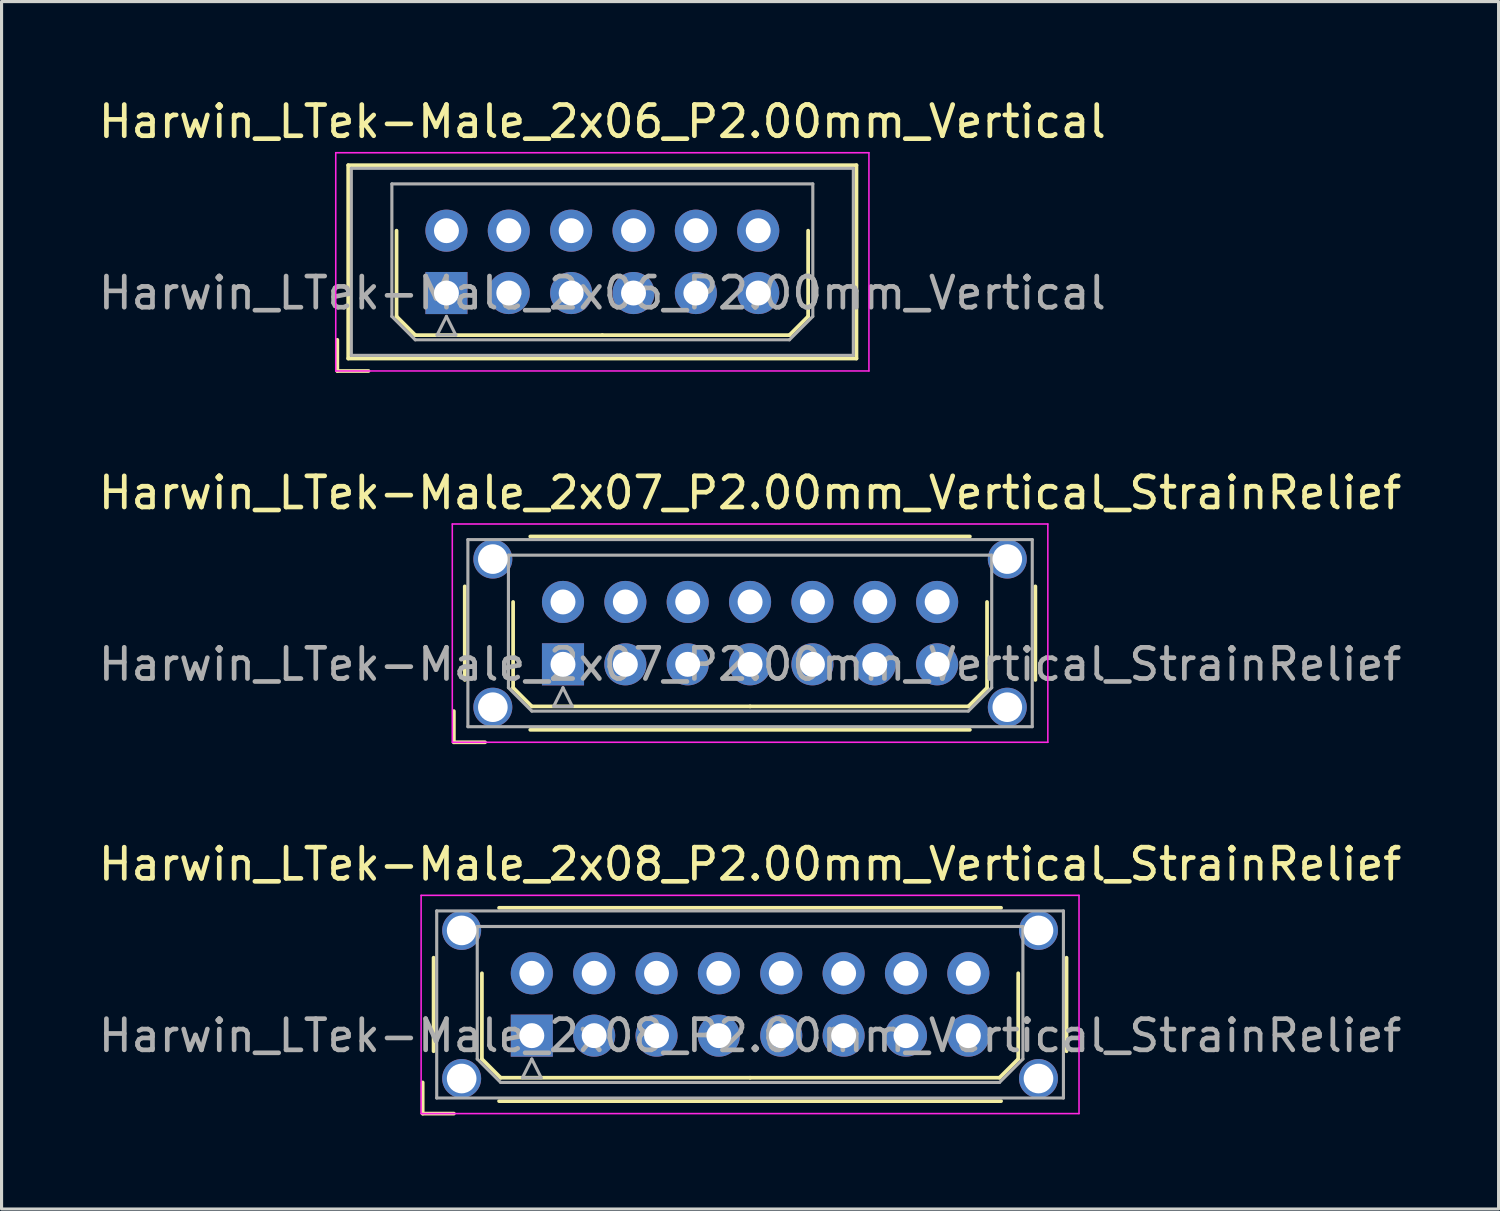
<source format=kicad_pcb>
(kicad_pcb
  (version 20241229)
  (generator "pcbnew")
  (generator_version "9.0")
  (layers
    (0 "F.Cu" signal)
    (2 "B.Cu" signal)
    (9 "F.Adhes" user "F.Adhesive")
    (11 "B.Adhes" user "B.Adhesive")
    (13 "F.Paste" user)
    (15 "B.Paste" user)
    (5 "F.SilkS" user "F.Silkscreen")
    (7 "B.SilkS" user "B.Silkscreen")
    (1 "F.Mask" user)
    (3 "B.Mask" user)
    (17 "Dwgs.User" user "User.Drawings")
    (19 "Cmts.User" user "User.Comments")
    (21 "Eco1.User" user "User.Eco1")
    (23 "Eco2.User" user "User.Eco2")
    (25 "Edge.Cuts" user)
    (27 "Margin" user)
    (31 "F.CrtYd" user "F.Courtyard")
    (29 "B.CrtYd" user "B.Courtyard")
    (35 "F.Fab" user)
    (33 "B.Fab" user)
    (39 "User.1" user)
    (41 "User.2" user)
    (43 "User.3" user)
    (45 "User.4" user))
  (footprint "Harwin_LTek-Male_2x06_P2.00mm_Vertical"
    (layer "F.Cu")
    (at 11.268 6.348)
    (property "Reference" "Harwin_LTek-Male_2x06_P2.00mm_Vertical" (at 5 -5.5 0) (layer "F.SilkS") (effects (font (size 1 1) (thickness 0.15))))
    (attr through_hole)
    (fp_line (start -3.5 1.5) (end -3.5 2.5) (stroke (width 0.12) (type solid)) (layer "F.SilkS"))
    (fp_line (start -3.5 2.5) (end -2.5 2.5) (stroke (width 0.12) (type solid)) (layer "F.SilkS"))
    (fp_line (start -3.15 -4.1) (end -3.15 2.1) (stroke (width 0.12) (type solid)) (layer "F.SilkS"))
    (fp_line (start -3.15 2.1) (end 13.15 2.1) (stroke (width 0.12) (type solid)) (layer "F.SilkS"))
    (fp_line (start -1.6 -2) (end -1.6 0.75) (stroke (width 0.12) (type solid)) (layer "F.SilkS"))
    (fp_line (start -1.6 0.75) (end -1 1.35) (stroke (width 0.12) (type solid)) (layer "F.SilkS"))
    (fp_line (start -1 1.35) (end 5 1.35) (stroke (width 0.12) (type solid)) (layer "F.SilkS"))
    (fp_line (start 11 1.35) (end 5 1.35) (stroke (width 0.12) (type solid)) (layer "F.SilkS"))
    (fp_line (start 11.6 -2) (end 11.6 0.75) (stroke (width 0.12) (type solid)) (layer "F.SilkS"))
    (fp_line (start 11.6 0.75) (end 11 1.35) (stroke (width 0.12) (type solid)) (layer "F.SilkS"))
    (fp_line (start 13.15 -4.1) (end -3.15 -4.1) (stroke (width 0.12) (type solid)) (layer "F.SilkS"))
    (fp_line (start 13.15 2.1) (end 13.15 -4.1) (stroke (width 0.12) (type solid)) (layer "F.SilkS"))
    (fp_line (start -3.55 -4.5) (end -3.55 2.5) (stroke (width 0.05) (type solid)) (layer "F.CrtYd"))
    (fp_line (start -3.55 2.5) (end 13.55 2.5) (stroke (width 0.05) (type solid)) (layer "F.CrtYd"))
    (fp_line (start 13.55 -4.5) (end -3.55 -4.5) (stroke (width 0.05) (type solid)) (layer "F.CrtYd"))
    (fp_line (start 13.55 2.5) (end 13.55 -4.5) (stroke (width 0.05) (type solid)) (layer "F.CrtYd"))
    (fp_line (start -3.05 -4) (end -3.05 2) (stroke (width 0.1) (type solid)) (layer "F.Fab"))
    (fp_line (start -3.05 2) (end 13.05 2) (stroke (width 0.1) (type solid)) (layer "F.Fab"))
    (fp_line (start -1.75 -3.5) (end 11.75 -3.5) (stroke (width 0.1) (type solid)) (layer "F.Fab"))
    (fp_line (start -1.75 0.75) (end -1.75 -3.5) (stroke (width 0.1) (type solid)) (layer "F.Fab"))
    (fp_line (start -1 1.5) (end -1.75 0.75) (stroke (width 0.1) (type solid)) (layer "F.Fab"))
    (fp_line (start -0.3 1.35) (end 0.3 1.35) (stroke (width 0.1) (type solid)) (layer "F.Fab"))
    (fp_line (start 0 0.75) (end -0.3 1.35) (stroke (width 0.1) (type solid)) (layer "F.Fab"))
    (fp_line (start 0.3 1.35) (end 0 0.75) (stroke (width 0.1) (type solid)) (layer "F.Fab"))
    (fp_line (start 11 1.5) (end -1 1.5) (stroke (width 0.1) (type solid)) (layer "F.Fab"))
    (fp_line (start 11.75 -3.5) (end 11.75 0.75) (stroke (width 0.1) (type solid)) (layer "F.Fab"))
    (fp_line (start 11.75 0.75) (end 11 1.5) (stroke (width 0.1) (type solid)) (layer "F.Fab"))
    (fp_line (start 13.05 -4) (end -3.05 -4) (stroke (width 0.1) (type solid)) (layer "F.Fab"))
    (fp_line (start 13.05 2) (end 13.05 -4) (stroke (width 0.1) (type solid)) (layer "F.Fab"))
    (fp_text user "${REFERENCE}" (at 5 0 0) (layer "F.Fab") (effects (font (size 1 1) (thickness 0.15))))
    (pad "1" thru_hole rect (at 0 0) (size 1.35 1.35) (drill 0.8) (layers "*.Cu" "*.Mask"))
    (pad "2" thru_hole circle (at 2 0) (size 1.35 1.35) (drill 0.8) (layers "*.Cu" "*.Mask"))
    (pad "3" thru_hole circle (at 4 0) (size 1.35 1.35) (drill 0.8) (layers "*.Cu" "*.Mask"))
    (pad "4" thru_hole circle (at 6 0) (size 1.35 1.35) (drill 0.8) (layers "*.Cu" "*.Mask"))
    (pad "5" thru_hole circle (at 8 0) (size 1.35 1.35) (drill 0.8) (layers "*.Cu" "*.Mask"))
    (pad "6" thru_hole circle (at 10 0) (size 1.35 1.35) (drill 0.8) (layers "*.Cu" "*.Mask"))
    (pad "7" thru_hole circle (at 0 -2) (size 1.35 1.35) (drill 0.8) (layers "*.Cu" "*.Mask"))
    (pad "8" thru_hole circle (at 2 -2) (size 1.35 1.35) (drill 0.8) (layers "*.Cu" "*.Mask"))
    (pad "9" thru_hole circle (at 4 -2) (size 1.35 1.35) (drill 0.8) (layers "*.Cu" "*.Mask"))
    (pad "10" thru_hole circle (at 6 -2) (size 1.35 1.35) (drill 0.8) (layers "*.Cu" "*.Mask"))
    (pad "11" thru_hole circle (at 8 -2) (size 1.35 1.35) (drill 0.8) (layers "*.Cu" "*.Mask"))
    (pad "12" thru_hole circle (at 10 -2) (size 1.35 1.35) (drill 0.8) (layers "*.Cu" "*.Mask")))
  (footprint "Harwin_LTek-Male_2x07_P2.00mm_Vertical_StrainRelief"
    (layer "F.Cu")
    (at 15.006 18.256)
    (property "Reference" "Harwin_LTek-Male_2x07_P2.00mm_Vertical_StrainRelief" (at 6 -5.5 0) (layer "F.SilkS") (effects (font (size 1 1) (thickness 0.15))))
    (attr through_hole)
    (fp_line (start -3.5 1.5) (end -3.5 2.5) (stroke (width 0.12) (type solid)) (layer "F.SilkS"))
    (fp_line (start -3.5 2.5) (end -2.5 2.5) (stroke (width 0.12) (type solid)) (layer "F.SilkS"))
    (fp_line (start -3.15 -2.5) (end -3.15 0.5) (stroke (width 0.12) (type solid)) (layer "F.SilkS"))
    (fp_line (start -1.6 -2) (end -1.6 0.75) (stroke (width 0.12) (type solid)) (layer "F.SilkS"))
    (fp_line (start -1.6 0.75) (end -1 1.35) (stroke (width 0.12) (type solid)) (layer "F.SilkS"))
    (fp_line (start -1.05 -4.1) (end 13.05 -4.1) (stroke (width 0.12) (type solid)) (layer "F.SilkS"))
    (fp_line (start -1.05 2.1) (end 13.05 2.1) (stroke (width 0.12) (type solid)) (layer "F.SilkS"))
    (fp_line (start -1 1.35) (end 6 1.35) (stroke (width 0.12) (type solid)) (layer "F.SilkS"))
    (fp_line (start 13 1.35) (end 6 1.35) (stroke (width 0.12) (type solid)) (layer "F.SilkS"))
    (fp_line (start 13.6 -2) (end 13.6 0.75) (stroke (width 0.12) (type solid)) (layer "F.SilkS"))
    (fp_line (start 13.6 0.75) (end 13 1.35) (stroke (width 0.12) (type solid)) (layer "F.SilkS"))
    (fp_line (start 15.15 -2.5) (end 15.15 0.5) (stroke (width 0.12) (type solid)) (layer "F.SilkS"))
    (fp_line (start -3.55 -4.5) (end -3.55 2.5) (stroke (width 0.05) (type solid)) (layer "F.CrtYd"))
    (fp_line (start -3.55 2.5) (end 15.55 2.5) (stroke (width 0.05) (type solid)) (layer "F.CrtYd"))
    (fp_line (start 15.55 -4.5) (end -3.55 -4.5) (stroke (width 0.05) (type solid)) (layer "F.CrtYd"))
    (fp_line (start 15.55 2.5) (end 15.55 -4.5) (stroke (width 0.05) (type solid)) (layer "F.CrtYd"))
    (fp_line (start -3.05 -4) (end -3.05 2) (stroke (width 0.1) (type solid)) (layer "F.Fab"))
    (fp_line (start -3.05 2) (end 15.05 2) (stroke (width 0.1) (type solid)) (layer "F.Fab"))
    (fp_line (start -1.75 -3.5) (end 13.75 -3.5) (stroke (width 0.1) (type solid)) (layer "F.Fab"))
    (fp_line (start -1.75 0.75) (end -1.75 -3.5) (stroke (width 0.1) (type solid)) (layer "F.Fab"))
    (fp_line (start -1 1.5) (end -1.75 0.75) (stroke (width 0.1) (type solid)) (layer "F.Fab"))
    (fp_line (start -0.3 1.35) (end 0.3 1.35) (stroke (width 0.1) (type solid)) (layer "F.Fab"))
    (fp_line (start 0 0.75) (end -0.3 1.35) (stroke (width 0.1) (type solid)) (layer "F.Fab"))
    (fp_line (start 0.3 1.35) (end 0 0.75) (stroke (width 0.1) (type solid)) (layer "F.Fab"))
    (fp_line (start 13 1.5) (end -1 1.5) (stroke (width 0.1) (type solid)) (layer "F.Fab"))
    (fp_line (start 13.75 -3.5) (end 13.75 0.75) (stroke (width 0.1) (type solid)) (layer "F.Fab"))
    (fp_line (start 13.75 0.75) (end 13 1.5) (stroke (width 0.1) (type solid)) (layer "F.Fab"))
    (fp_line (start 15.05 -4) (end -3.05 -4) (stroke (width 0.1) (type solid)) (layer "F.Fab"))
    (fp_line (start 15.05 2) (end 15.05 -4) (stroke (width 0.1) (type solid)) (layer "F.Fab"))
    (fp_text user "${REFERENCE}" (at 6 0 0) (layer "F.Fab") (effects (font (size 1 1) (thickness 0.15))))
    (pad "" thru_hole circle (at -2.25 -3.375) (size 1.25 1.25) (drill 0.95) (layers "*.Cu" "*.Mask"))
    (pad "" thru_hole circle (at -2.25 1.375) (size 1.25 1.25) (drill 0.95) (layers "*.Cu" "*.Mask"))
    (pad "" thru_hole circle (at 14.25 -3.375) (size 1.25 1.25) (drill 0.95) (layers "*.Cu" "*.Mask"))
    (pad "" thru_hole circle (at 14.25 1.375) (size 1.25 1.25) (drill 0.95) (layers "*.Cu" "*.Mask"))
    (pad "1" thru_hole rect (at 0 0) (size 1.35 1.35) (drill 0.8) (layers "*.Cu" "*.Mask"))
    (pad "2" thru_hole circle (at 2 0) (size 1.35 1.35) (drill 0.8) (layers "*.Cu" "*.Mask"))
    (pad "3" thru_hole circle (at 4 0) (size 1.35 1.35) (drill 0.8) (layers "*.Cu" "*.Mask"))
    (pad "4" thru_hole circle (at 6 0) (size 1.35 1.35) (drill 0.8) (layers "*.Cu" "*.Mask"))
    (pad "5" thru_hole circle (at 8 0) (size 1.35 1.35) (drill 0.8) (layers "*.Cu" "*.Mask"))
    (pad "6" thru_hole circle (at 10 0) (size 1.35 1.35) (drill 0.8) (layers "*.Cu" "*.Mask"))
    (pad "7" thru_hole circle (at 12 0) (size 1.35 1.35) (drill 0.8) (layers "*.Cu" "*.Mask"))
    (pad "8" thru_hole circle (at 0 -2) (size 1.35 1.35) (drill 0.8) (layers "*.Cu" "*.Mask"))
    (pad "9" thru_hole circle (at 2 -2) (size 1.35 1.35) (drill 0.8) (layers "*.Cu" "*.Mask"))
    (pad "10" thru_hole circle (at 4 -2) (size 1.35 1.35) (drill 0.8) (layers "*.Cu" "*.Mask"))
    (pad "11" thru_hole circle (at 6 -2) (size 1.35 1.35) (drill 0.8) (layers "*.Cu" "*.Mask"))
    (pad "12" thru_hole circle (at 8 -2) (size 1.35 1.35) (drill 0.8) (layers "*.Cu" "*.Mask"))
    (pad "13" thru_hole circle (at 10 -2) (size 1.35 1.35) (drill 0.8) (layers "*.Cu" "*.Mask"))
    (pad "14" thru_hole circle (at 12 -2) (size 1.35 1.35) (drill 0.8) (layers "*.Cu" "*.Mask")))
  (footprint "Harwin_LTek-Male_2x08_P2.00mm_Vertical_StrainRelief"
    (layer "F.Cu")
    (at 14.006 30.165)
    (property "Reference" "Harwin_LTek-Male_2x08_P2.00mm_Vertical_StrainRelief" (at 7 -5.5 0) (layer "F.SilkS") (effects (font (size 1 1) (thickness 0.15))))
    (attr through_hole)
    (fp_line (start -3.5 1.5) (end -3.5 2.5) (stroke (width 0.12) (type solid)) (layer "F.SilkS"))
    (fp_line (start -3.5 2.5) (end -2.5 2.5) (stroke (width 0.12) (type solid)) (layer "F.SilkS"))
    (fp_line (start -3.15 -2.5) (end -3.15 0.5) (stroke (width 0.12) (type solid)) (layer "F.SilkS"))
    (fp_line (start -1.6 -2) (end -1.6 0.75) (stroke (width 0.12) (type solid)) (layer "F.SilkS"))
    (fp_line (start -1.6 0.75) (end -1 1.35) (stroke (width 0.12) (type solid)) (layer "F.SilkS"))
    (fp_line (start -1.05 -4.1) (end 15.05 -4.1) (stroke (width 0.12) (type solid)) (layer "F.SilkS"))
    (fp_line (start -1.05 2.1) (end 15.05 2.1) (stroke (width 0.12) (type solid)) (layer "F.SilkS"))
    (fp_line (start -1 1.35) (end 7 1.35) (stroke (width 0.12) (type solid)) (layer "F.SilkS"))
    (fp_line (start 15 1.35) (end 7 1.35) (stroke (width 0.12) (type solid)) (layer "F.SilkS"))
    (fp_line (start 15.6 -2) (end 15.6 0.75) (stroke (width 0.12) (type solid)) (layer "F.SilkS"))
    (fp_line (start 15.6 0.75) (end 15 1.35) (stroke (width 0.12) (type solid)) (layer "F.SilkS"))
    (fp_line (start 17.15 -2.5) (end 17.15 0.5) (stroke (width 0.12) (type solid)) (layer "F.SilkS"))
    (fp_line (start -3.55 -4.5) (end -3.55 2.5) (stroke (width 0.05) (type solid)) (layer "F.CrtYd"))
    (fp_line (start -3.55 2.5) (end 17.55 2.5) (stroke (width 0.05) (type solid)) (layer "F.CrtYd"))
    (fp_line (start 17.55 -4.5) (end -3.55 -4.5) (stroke (width 0.05) (type solid)) (layer "F.CrtYd"))
    (fp_line (start 17.55 2.5) (end 17.55 -4.5) (stroke (width 0.05) (type solid)) (layer "F.CrtYd"))
    (fp_line (start -3.05 -4) (end -3.05 2) (stroke (width 0.1) (type solid)) (layer "F.Fab"))
    (fp_line (start -3.05 2) (end 17.05 2) (stroke (width 0.1) (type solid)) (layer "F.Fab"))
    (fp_line (start -1.75 -3.5) (end 15.75 -3.5) (stroke (width 0.1) (type solid)) (layer "F.Fab"))
    (fp_line (start -1.75 0.75) (end -1.75 -3.5) (stroke (width 0.1) (type solid)) (layer "F.Fab"))
    (fp_line (start -1 1.5) (end -1.75 0.75) (stroke (width 0.1) (type solid)) (layer "F.Fab"))
    (fp_line (start -0.3 1.35) (end 0.3 1.35) (stroke (width 0.1) (type solid)) (layer "F.Fab"))
    (fp_line (start 0 0.75) (end -0.3 1.35) (stroke (width 0.1) (type solid)) (layer "F.Fab"))
    (fp_line (start 0.3 1.35) (end 0 0.75) (stroke (width 0.1) (type solid)) (layer "F.Fab"))
    (fp_line (start 15 1.5) (end -1 1.5) (stroke (width 0.1) (type solid)) (layer "F.Fab"))
    (fp_line (start 15.75 -3.5) (end 15.75 0.75) (stroke (width 0.1) (type solid)) (layer "F.Fab"))
    (fp_line (start 15.75 0.75) (end 15 1.5) (stroke (width 0.1) (type solid)) (layer "F.Fab"))
    (fp_line (start 17.05 -4) (end -3.05 -4) (stroke (width 0.1) (type solid)) (layer "F.Fab"))
    (fp_line (start 17.05 2) (end 17.05 -4) (stroke (width 0.1) (type solid)) (layer "F.Fab"))
    (fp_text user "${REFERENCE}" (at 7 0 0) (layer "F.Fab") (effects (font (size 1 1) (thickness 0.15))))
    (pad "" thru_hole circle (at -2.25 -3.375) (size 1.25 1.25) (drill 0.95) (layers "*.Cu" "*.Mask"))
    (pad "" thru_hole circle (at -2.25 1.375) (size 1.25 1.25) (drill 0.95) (layers "*.Cu" "*.Mask"))
    (pad "" thru_hole circle (at 16.25 -3.375) (size 1.25 1.25) (drill 0.95) (layers "*.Cu" "*.Mask"))
    (pad "" thru_hole circle (at 16.25 1.375) (size 1.25 1.25) (drill 0.95) (layers "*.Cu" "*.Mask"))
    (pad "1" thru_hole rect (at 0 0) (size 1.35 1.35) (drill 0.8) (layers "*.Cu" "*.Mask"))
    (pad "2" thru_hole circle (at 2 0) (size 1.35 1.35) (drill 0.8) (layers "*.Cu" "*.Mask"))
    (pad "3" thru_hole circle (at 4 0) (size 1.35 1.35) (drill 0.8) (layers "*.Cu" "*.Mask"))
    (pad "4" thru_hole circle (at 6 0) (size 1.35 1.35) (drill 0.8) (layers "*.Cu" "*.Mask"))
    (pad "5" thru_hole circle (at 8 0) (size 1.35 1.35) (drill 0.8) (layers "*.Cu" "*.Mask"))
    (pad "6" thru_hole circle (at 10 0) (size 1.35 1.35) (drill 0.8) (layers "*.Cu" "*.Mask"))
    (pad "7" thru_hole circle (at 12 0) (size 1.35 1.35) (drill 0.8) (layers "*.Cu" "*.Mask"))
    (pad "8" thru_hole circle (at 14 0) (size 1.35 1.35) (drill 0.8) (layers "*.Cu" "*.Mask"))
    (pad "9" thru_hole circle (at 0 -2) (size 1.35 1.35) (drill 0.8) (layers "*.Cu" "*.Mask"))
    (pad "10" thru_hole circle (at 2 -2) (size 1.35 1.35) (drill 0.8) (layers "*.Cu" "*.Mask"))
    (pad "11" thru_hole circle (at 4 -2) (size 1.35 1.35) (drill 0.8) (layers "*.Cu" "*.Mask"))
    (pad "12" thru_hole circle (at 6 -2) (size 1.35 1.35) (drill 0.8) (layers "*.Cu" "*.Mask"))
    (pad "13" thru_hole circle (at 8 -2) (size 1.35 1.35) (drill 0.8) (layers "*.Cu" "*.Mask"))
    (pad "14" thru_hole circle (at 10 -2) (size 1.35 1.35) (drill 0.8) (layers "*.Cu" "*.Mask"))
    (pad "15" thru_hole circle (at 12 -2) (size 1.35 1.35) (drill 0.8) (layers "*.Cu" "*.Mask"))
    (pad "16" thru_hole circle (at 14 -2) (size 1.35 1.35) (drill 0.8) (layers "*.Cu" "*.Mask")))
  (gr_rect
    (start -3 -3)
    (end 45.012 35.725)
    (stroke (width 0.1) (type default))
    (fill no)
    (layer "Edge.Cuts")))
</source>
